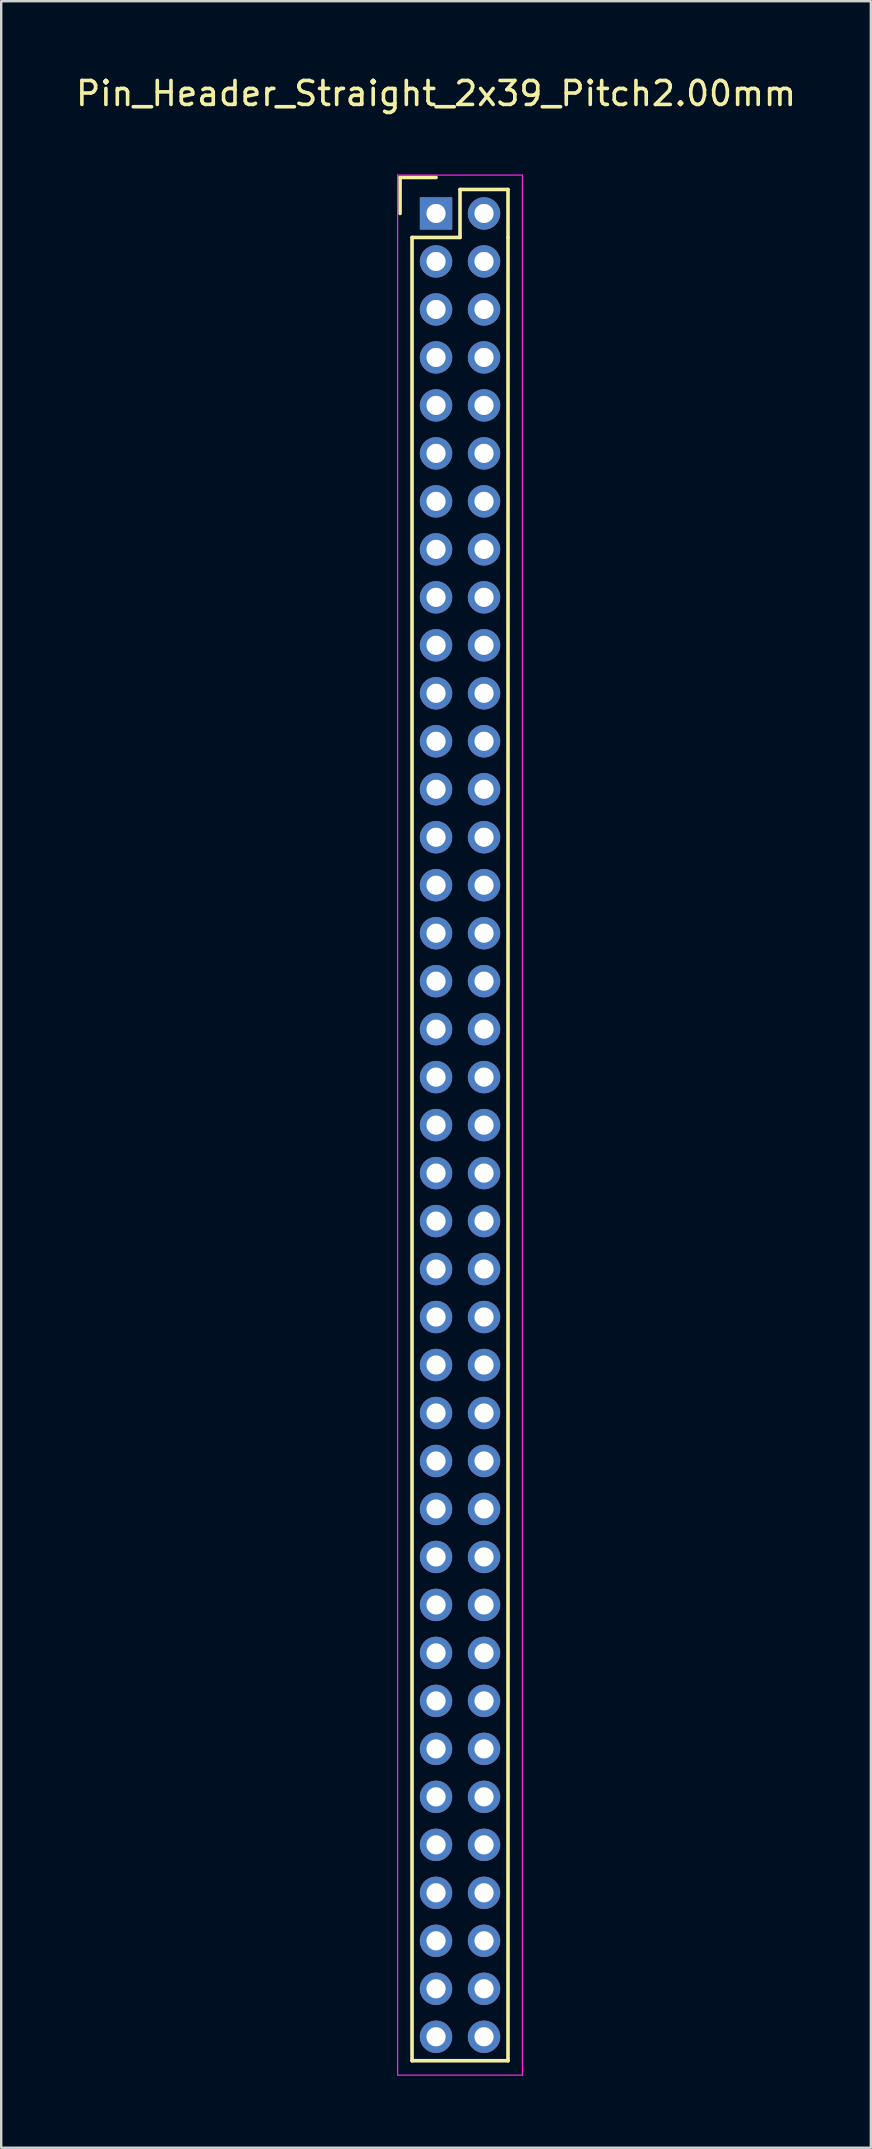
<source format=kicad_pcb>
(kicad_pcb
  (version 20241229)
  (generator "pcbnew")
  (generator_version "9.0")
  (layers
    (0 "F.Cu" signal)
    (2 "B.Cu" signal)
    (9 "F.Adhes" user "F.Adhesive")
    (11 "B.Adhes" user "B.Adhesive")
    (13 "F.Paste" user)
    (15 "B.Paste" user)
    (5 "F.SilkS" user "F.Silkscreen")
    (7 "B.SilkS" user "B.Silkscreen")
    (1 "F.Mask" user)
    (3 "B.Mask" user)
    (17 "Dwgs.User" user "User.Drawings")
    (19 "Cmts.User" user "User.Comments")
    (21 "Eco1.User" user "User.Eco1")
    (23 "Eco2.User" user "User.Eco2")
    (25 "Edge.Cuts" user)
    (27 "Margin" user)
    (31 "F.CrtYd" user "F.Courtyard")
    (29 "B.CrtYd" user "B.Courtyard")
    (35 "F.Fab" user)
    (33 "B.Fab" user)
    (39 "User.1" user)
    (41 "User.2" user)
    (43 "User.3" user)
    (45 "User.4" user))
  (footprint "Pin_Header_Straight_2x39_Pitch2.00mm"
    (layer "F.Cu")
    (at 15.125 5.848)
    (property "Reference" "Pin_Header_Straight_2x39_Pitch2.00mm" (at 0 -5 0) (layer "F.SilkS") (effects (font (size 1 1) (thickness 0.15))))
    (attr through_hole)
    (fp_line (start -1.5 -1.5) (end 0 -1.5) (stroke (width 0.15) (type solid)) (layer "F.SilkS"))
    (fp_line (start -1.5 0) (end -1.5 -1.5) (stroke (width 0.15) (type solid)) (layer "F.SilkS"))
    (fp_line (start -1 1) (end 1 1) (stroke (width 0.15) (type solid)) (layer "F.SilkS"))
    (fp_line (start -1 77) (end -1 1) (stroke (width 0.15) (type solid)) (layer "F.SilkS"))
    (fp_line (start 1 -1) (end 3 -1) (stroke (width 0.15) (type solid)) (layer "F.SilkS"))
    (fp_line (start 1 1) (end 1 -1) (stroke (width 0.15) (type solid)) (layer "F.SilkS"))
    (fp_line (start 3 -1) (end 3 1) (stroke (width 0.15) (type solid)) (layer "F.SilkS"))
    (fp_line (start 3 1) (end 3 77) (stroke (width 0.15) (type solid)) (layer "F.SilkS"))
    (fp_line (start 3 77) (end -1 77) (stroke (width 0.15) (type solid)) (layer "F.SilkS"))
    (fp_line (start -1.6 -1.6) (end 3.6 -1.6) (stroke (width 0.05) (type solid)) (layer "F.CrtYd"))
    (fp_line (start -1.6 77.6) (end -1.6 -1.6) (stroke (width 0.05) (type solid)) (layer "F.CrtYd"))
    (fp_line (start 3.6 -1.6) (end 3.6 77.6) (stroke (width 0.05) (type solid)) (layer "F.CrtYd"))
    (fp_line (start 3.6 77.6) (end -1.6 77.6) (stroke (width 0.05) (type solid)) (layer "F.CrtYd"))
    (pad "1" thru_hole rect (at 0 0) (size 1.35 1.35) (drill 0.8) (layers "*.Cu" "*.Mask"))
    (pad "2" thru_hole circle (at 2 0) (size 1.35 1.35) (drill 0.8) (layers "*.Cu" "*.Mask"))
    (pad "3" thru_hole circle (at 0 2) (size 1.35 1.35) (drill 0.8) (layers "*.Cu" "*.Mask"))
    (pad "4" thru_hole circle (at 2 2) (size 1.35 1.35) (drill 0.8) (layers "*.Cu" "*.Mask"))
    (pad "5" thru_hole circle (at 0 4) (size 1.35 1.35) (drill 0.8) (layers "*.Cu" "*.Mask"))
    (pad "6" thru_hole circle (at 2 4) (size 1.35 1.35) (drill 0.8) (layers "*.Cu" "*.Mask"))
    (pad "7" thru_hole circle (at 0 6) (size 1.35 1.35) (drill 0.8) (layers "*.Cu" "*.Mask"))
    (pad "8" thru_hole circle (at 2 6) (size 1.35 1.35) (drill 0.8) (layers "*.Cu" "*.Mask"))
    (pad "9" thru_hole circle (at 0 8) (size 1.35 1.35) (drill 0.8) (layers "*.Cu" "*.Mask"))
    (pad "10" thru_hole circle (at 2 8) (size 1.35 1.35) (drill 0.8) (layers "*.Cu" "*.Mask"))
    (pad "11" thru_hole circle (at 0 10) (size 1.35 1.35) (drill 0.8) (layers "*.Cu" "*.Mask"))
    (pad "12" thru_hole circle (at 2 10) (size 1.35 1.35) (drill 0.8) (layers "*.Cu" "*.Mask"))
    (pad "13" thru_hole circle (at 0 12) (size 1.35 1.35) (drill 0.8) (layers "*.Cu" "*.Mask"))
    (pad "14" thru_hole circle (at 2 12) (size 1.35 1.35) (drill 0.8) (layers "*.Cu" "*.Mask"))
    (pad "15" thru_hole circle (at 0 14) (size 1.35 1.35) (drill 0.8) (layers "*.Cu" "*.Mask"))
    (pad "16" thru_hole circle (at 2 14) (size 1.35 1.35) (drill 0.8) (layers "*.Cu" "*.Mask"))
    (pad "17" thru_hole circle (at 0 16) (size 1.35 1.35) (drill 0.8) (layers "*.Cu" "*.Mask"))
    (pad "18" thru_hole circle (at 2 16) (size 1.35 1.35) (drill 0.8) (layers "*.Cu" "*.Mask"))
    (pad "19" thru_hole circle (at 0 18) (size 1.35 1.35) (drill 0.8) (layers "*.Cu" "*.Mask"))
    (pad "20" thru_hole circle (at 2 18) (size 1.35 1.35) (drill 0.8) (layers "*.Cu" "*.Mask"))
    (pad "21" thru_hole circle (at 0 20) (size 1.35 1.35) (drill 0.8) (layers "*.Cu" "*.Mask"))
    (pad "22" thru_hole circle (at 2 20) (size 1.35 1.35) (drill 0.8) (layers "*.Cu" "*.Mask"))
    (pad "23" thru_hole circle (at 0 22) (size 1.35 1.35) (drill 0.8) (layers "*.Cu" "*.Mask"))
    (pad "24" thru_hole circle (at 2 22) (size 1.35 1.35) (drill 0.8) (layers "*.Cu" "*.Mask"))
    (pad "25" thru_hole circle (at 0 24) (size 1.35 1.35) (drill 0.8) (layers "*.Cu" "*.Mask"))
    (pad "26" thru_hole circle (at 2 24) (size 1.35 1.35) (drill 0.8) (layers "*.Cu" "*.Mask"))
    (pad "27" thru_hole circle (at 0 26) (size 1.35 1.35) (drill 0.8) (layers "*.Cu" "*.Mask"))
    (pad "28" thru_hole circle (at 2 26) (size 1.35 1.35) (drill 0.8) (layers "*.Cu" "*.Mask"))
    (pad "29" thru_hole circle (at 0 28) (size 1.35 1.35) (drill 0.8) (layers "*.Cu" "*.Mask"))
    (pad "30" thru_hole circle (at 2 28) (size 1.35 1.35) (drill 0.8) (layers "*.Cu" "*.Mask"))
    (pad "31" thru_hole circle (at 0 30) (size 1.35 1.35) (drill 0.8) (layers "*.Cu" "*.Mask"))
    (pad "32" thru_hole circle (at 2 30) (size 1.35 1.35) (drill 0.8) (layers "*.Cu" "*.Mask"))
    (pad "33" thru_hole circle (at 0 32) (size 1.35 1.35) (drill 0.8) (layers "*.Cu" "*.Mask"))
    (pad "34" thru_hole circle (at 2 32) (size 1.35 1.35) (drill 0.8) (layers "*.Cu" "*.Mask"))
    (pad "35" thru_hole circle (at 0 34) (size 1.35 1.35) (drill 0.8) (layers "*.Cu" "*.Mask"))
    (pad "36" thru_hole circle (at 2 34) (size 1.35 1.35) (drill 0.8) (layers "*.Cu" "*.Mask"))
    (pad "37" thru_hole circle (at 0 36) (size 1.35 1.35) (drill 0.8) (layers "*.Cu" "*.Mask"))
    (pad "38" thru_hole circle (at 2 36) (size 1.35 1.35) (drill 0.8) (layers "*.Cu" "*.Mask"))
    (pad "39" thru_hole circle (at 0 38) (size 1.35 1.35) (drill 0.8) (layers "*.Cu" "*.Mask"))
    (pad "40" thru_hole circle (at 2 38) (size 1.35 1.35) (drill 0.8) (layers "*.Cu" "*.Mask"))
    (pad "41" thru_hole circle (at 0 40) (size 1.35 1.35) (drill 0.8) (layers "*.Cu" "*.Mask"))
    (pad "42" thru_hole circle (at 2 40) (size 1.35 1.35) (drill 0.8) (layers "*.Cu" "*.Mask"))
    (pad "43" thru_hole circle (at 0 42) (size 1.35 1.35) (drill 0.8) (layers "*.Cu" "*.Mask"))
    (pad "44" thru_hole circle (at 2 42) (size 1.35 1.35) (drill 0.8) (layers "*.Cu" "*.Mask"))
    (pad "45" thru_hole circle (at 0 44) (size 1.35 1.35) (drill 0.8) (layers "*.Cu" "*.Mask"))
    (pad "46" thru_hole circle (at 2 44) (size 1.35 1.35) (drill 0.8) (layers "*.Cu" "*.Mask"))
    (pad "47" thru_hole circle (at 0 46) (size 1.35 1.35) (drill 0.8) (layers "*.Cu" "*.Mask"))
    (pad "48" thru_hole circle (at 2 46) (size 1.35 1.35) (drill 0.8) (layers "*.Cu" "*.Mask"))
    (pad "49" thru_hole circle (at 0 48) (size 1.35 1.35) (drill 0.8) (layers "*.Cu" "*.Mask"))
    (pad "50" thru_hole circle (at 2 48) (size 1.35 1.35) (drill 0.8) (layers "*.Cu" "*.Mask"))
    (pad "51" thru_hole circle (at 0 50) (size 1.35 1.35) (drill 0.8) (layers "*.Cu" "*.Mask"))
    (pad "52" thru_hole circle (at 2 50) (size 1.35 1.35) (drill 0.8) (layers "*.Cu" "*.Mask"))
    (pad "53" thru_hole circle (at 0 52) (size 1.35 1.35) (drill 0.8) (layers "*.Cu" "*.Mask"))
    (pad "54" thru_hole circle (at 2 52) (size 1.35 1.35) (drill 0.8) (layers "*.Cu" "*.Mask"))
    (pad "55" thru_hole circle (at 0 54) (size 1.35 1.35) (drill 0.8) (layers "*.Cu" "*.Mask"))
    (pad "56" thru_hole circle (at 2 54) (size 1.35 1.35) (drill 0.8) (layers "*.Cu" "*.Mask"))
    (pad "57" thru_hole circle (at 0 56) (size 1.35 1.35) (drill 0.8) (layers "*.Cu" "*.Mask"))
    (pad "58" thru_hole circle (at 2 56) (size 1.35 1.35) (drill 0.8) (layers "*.Cu" "*.Mask"))
    (pad "59" thru_hole circle (at 0 58) (size 1.35 1.35) (drill 0.8) (layers "*.Cu" "*.Mask"))
    (pad "60" thru_hole circle (at 2 58) (size 1.35 1.35) (drill 0.8) (layers "*.Cu" "*.Mask"))
    (pad "61" thru_hole circle (at 0 60) (size 1.35 1.35) (drill 0.8) (layers "*.Cu" "*.Mask"))
    (pad "62" thru_hole circle (at 2 60) (size 1.35 1.35) (drill 0.8) (layers "*.Cu" "*.Mask"))
    (pad "63" thru_hole circle (at 0 62) (size 1.35 1.35) (drill 0.8) (layers "*.Cu" "*.Mask"))
    (pad "64" thru_hole circle (at 2 62) (size 1.35 1.35) (drill 0.8) (layers "*.Cu" "*.Mask"))
    (pad "65" thru_hole circle (at 0 64) (size 1.35 1.35) (drill 0.8) (layers "*.Cu" "*.Mask"))
    (pad "66" thru_hole circle (at 2 64) (size 1.35 1.35) (drill 0.8) (layers "*.Cu" "*.Mask"))
    (pad "67" thru_hole circle (at 0 66) (size 1.35 1.35) (drill 0.8) (layers "*.Cu" "*.Mask"))
    (pad "68" thru_hole circle (at 2 66) (size 1.35 1.35) (drill 0.8) (layers "*.Cu" "*.Mask"))
    (pad "69" thru_hole circle (at 0 68) (size 1.35 1.35) (drill 0.8) (layers "*.Cu" "*.Mask"))
    (pad "70" thru_hole circle (at 2 68) (size 1.35 1.35) (drill 0.8) (layers "*.Cu" "*.Mask"))
    (pad "71" thru_hole circle (at 0 70) (size 1.35 1.35) (drill 0.8) (layers "*.Cu" "*.Mask"))
    (pad "72" thru_hole circle (at 2 70) (size 1.35 1.35) (drill 0.8) (layers "*.Cu" "*.Mask"))
    (pad "73" thru_hole circle (at 0 72) (size 1.35 1.35) (drill 0.8) (layers "*.Cu" "*.Mask"))
    (pad "74" thru_hole circle (at 2 72) (size 1.35 1.35) (drill 0.8) (layers "*.Cu" "*.Mask"))
    (pad "75" thru_hole circle (at 0 74) (size 1.35 1.35) (drill 0.8) (layers "*.Cu" "*.Mask"))
    (pad "76" thru_hole circle (at 2 74) (size 1.35 1.35) (drill 0.8) (layers "*.Cu" "*.Mask"))
    (pad "77" thru_hole circle (at 0 76) (size 1.35 1.35) (drill 0.8) (layers "*.Cu" "*.Mask"))
    (pad "78" thru_hole circle (at 2 76) (size 1.35 1.35) (drill 0.8) (layers "*.Cu" "*.Mask")))
  (gr_rect
    (start -3 -3)
    (end 33.25 86.473)
    (stroke (width 0.1) (type default))
    (fill no)
    (layer "Edge.Cuts")))
</source>
